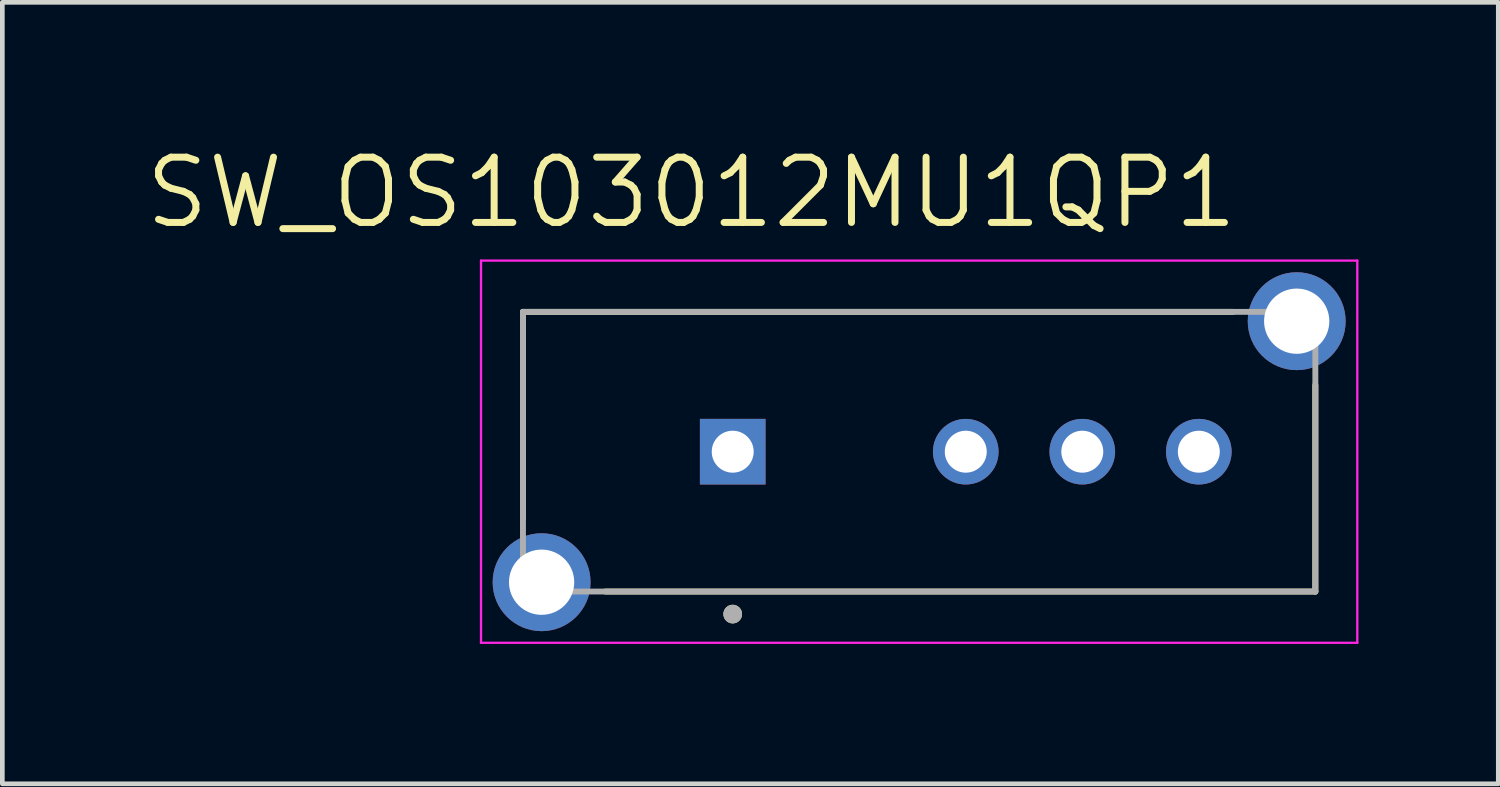
<source format=kicad_pcb>
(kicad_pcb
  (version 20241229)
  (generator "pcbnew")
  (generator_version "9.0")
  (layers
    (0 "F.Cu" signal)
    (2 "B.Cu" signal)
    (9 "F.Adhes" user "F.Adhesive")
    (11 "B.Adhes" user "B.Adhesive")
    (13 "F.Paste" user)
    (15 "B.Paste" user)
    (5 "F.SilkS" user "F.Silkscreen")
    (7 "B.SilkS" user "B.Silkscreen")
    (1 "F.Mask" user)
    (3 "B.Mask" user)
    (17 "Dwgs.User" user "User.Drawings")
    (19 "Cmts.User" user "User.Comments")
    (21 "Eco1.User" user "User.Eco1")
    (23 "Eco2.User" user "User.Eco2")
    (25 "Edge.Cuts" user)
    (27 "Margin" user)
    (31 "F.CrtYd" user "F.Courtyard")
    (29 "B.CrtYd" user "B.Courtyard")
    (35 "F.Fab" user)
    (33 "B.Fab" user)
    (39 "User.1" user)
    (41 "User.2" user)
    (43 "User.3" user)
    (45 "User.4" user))
  (footprint "SW_OS103012MU1QP1"
    (layer "F.Cu")
    (at 16.67 6.641)
    (property "Reference" "SW_OS103012MU1QP1" (at -4.885 -5.559 0) (layer "F.SilkS") (effects (font (size 1.4 1.4) (thickness 0.15))))
    (attr through_hole)
    (fp_line (start -8.5 -3) (end -8.5 1.43) (stroke (width 0.127) (type solid)) (layer "F.SilkS"))
    (fp_line (start -6.73 3) (end 8.5 3) (stroke (width 0.127) (type solid)) (layer "F.SilkS"))
    (fp_line (start 6.73 -3) (end -8.5 -3) (stroke (width 0.127) (type solid)) (layer "F.SilkS"))
    (fp_line (start 8.5 3) (end 8.5 -1.43) (stroke (width 0.127) (type solid)) (layer "F.SilkS"))
    (fp_circle (center -4 3.484) (end -3.9 3.484) (stroke (width 0.2) (type solid)) (fill no) (layer "F.SilkS"))
    (fp_line (start -9.4 -4.1) (end -9.4 4.1) (stroke (width 0.05) (type solid)) (layer "F.CrtYd"))
    (fp_line (start -9.4 4.1) (end 9.4 4.1) (stroke (width 0.05) (type solid)) (layer "F.CrtYd"))
    (fp_line (start 9.4 -4.1) (end -9.4 -4.1) (stroke (width 0.05) (type solid)) (layer "F.CrtYd"))
    (fp_line (start 9.4 4.1) (end 9.4 -4.1) (stroke (width 0.05) (type solid)) (layer "F.CrtYd"))
    (fp_line (start -8.5 -3) (end -8.5 3) (stroke (width 0.127) (type solid)) (layer "F.Fab"))
    (fp_line (start -8.5 3) (end 8.5 3) (stroke (width 0.127) (type solid)) (layer "F.Fab"))
    (fp_line (start 8.5 -3) (end -8.5 -3) (stroke (width 0.127) (type solid)) (layer "F.Fab"))
    (fp_line (start 8.5 3) (end 8.5 -3) (stroke (width 0.127) (type solid)) (layer "F.Fab"))
    (fp_circle (center -4 3.484) (end -3.9 3.484) (stroke (width 0.2) (type solid)) (fill no) (layer "F.Fab"))
    (pad "1" thru_hole rect (at -4 0) (size 1.408 1.408) (drill 0.9) (layers "*.Cu" "*.Mask"))
    (pad "2" thru_hole circle (at 1 0) (size 1.408 1.408) (drill 0.9) (layers "*.Cu" "*.Mask"))
    (pad "3" thru_hole circle (at 3.5 0) (size 1.408 1.408) (drill 0.9) (layers "*.Cu" "*.Mask"))
    (pad "4" thru_hole circle (at 6 0) (size 1.408 1.408) (drill 0.9) (layers "*.Cu" "*.Mask"))
    (pad "S1" thru_hole circle (at -8.1 2.8) (size 2.1 2.1) (drill 1.4) (layers "*.Cu" "*.Mask"))
    (pad "S2" thru_hole circle (at 8.1 -2.8) (size 2.1 2.1) (drill 1.4) (layers "*.Cu" "*.Mask")))
  (gr_rect
    (start -3 -3)
    (end 29.095 13.766)
    (stroke (width 0.1) (type default))
    (fill no)
    (layer "Edge.Cuts")))
</source>
